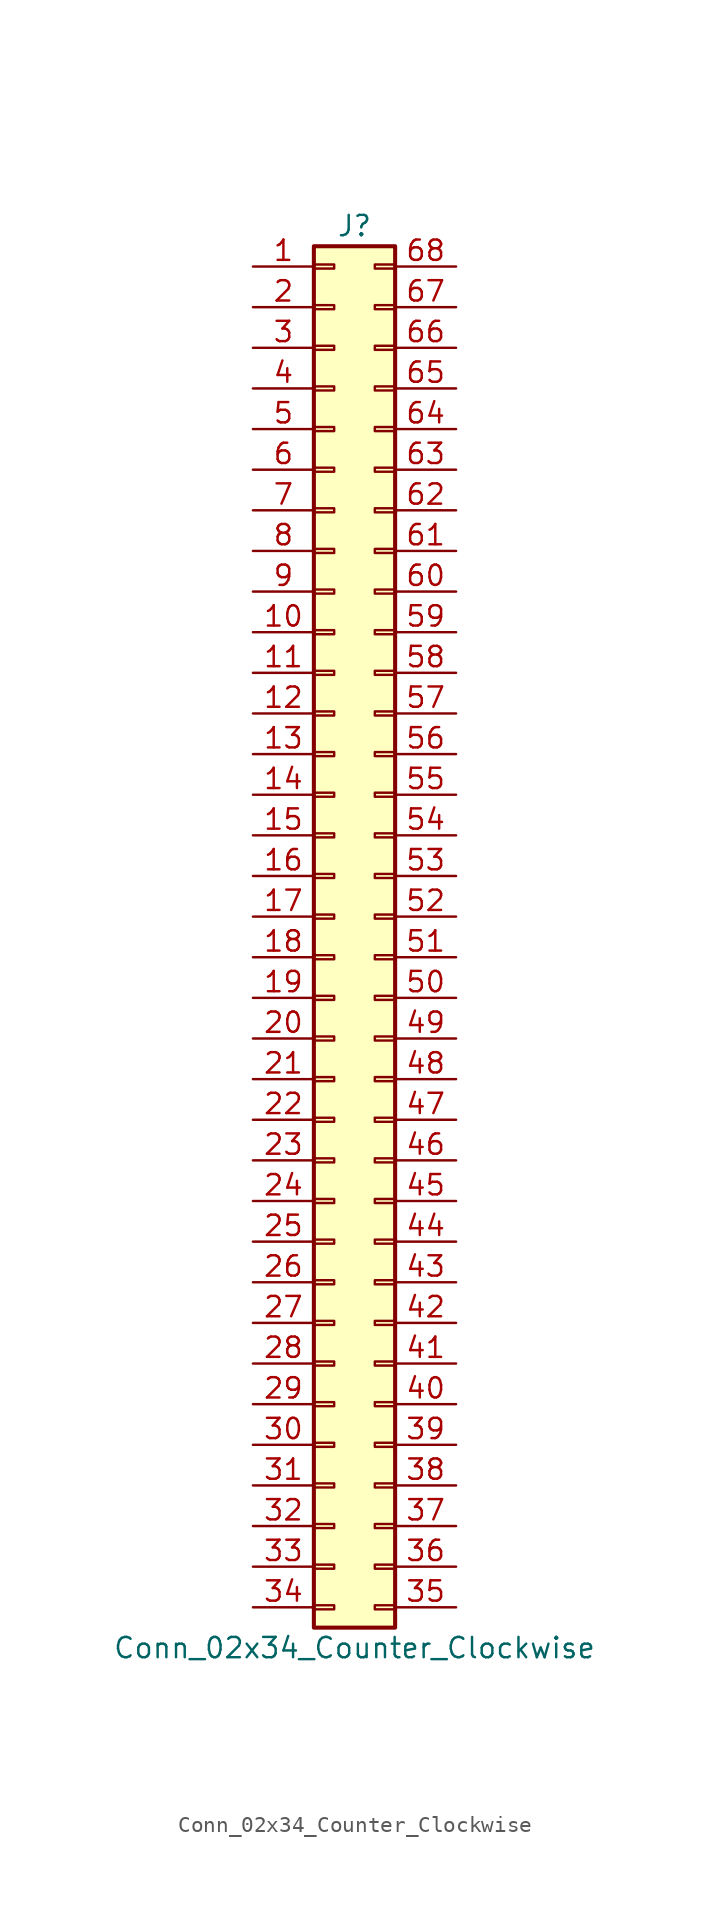
<source format=kicad_sym>
(kicad_symbol_lib
  (version 20220914)
  (generator kicad_symbol_editor)
  (symbol "Conn_02x34_Counter_Clockwise"
    (pin_names
      (offset 1.016) hide)
    (property "Reference" "J"
      (at 1.27 43.18 0)
      (effects (font (size 1.27 1.27))))
    (property "Value" "Conn_02x34_Counter_Clockwise"
      (at 1.27 -45.72 0)
      (effects (font (size 1.27 1.27))))
    (symbol "Conn_02x34_Counter_Clockwise_1_1"
      (rectangle (start -1.27 -43.053) (end 0 -43.307) (stroke (width 0.152) (type default)) (fill (type none)))
      (rectangle (start -1.27 -40.513) (end 0 -40.767) (stroke (width 0.152) (type default)) (fill (type none)))
      (rectangle (start -1.27 -37.973) (end 0 -38.227) (stroke (width 0.152) (type default)) (fill (type none)))
      (rectangle (start -1.27 -35.433) (end 0 -35.687) (stroke (width 0.152) (type default)) (fill (type none)))
      (rectangle (start -1.27 -32.893) (end 0 -33.147) (stroke (width 0.152) (type default)) (fill (type none)))
      (rectangle (start -1.27 -30.353) (end 0 -30.607) (stroke (width 0.152) (type default)) (fill (type none)))
      (rectangle (start -1.27 -27.813) (end 0 -28.067) (stroke (width 0.152) (type default)) (fill (type none)))
      (rectangle (start -1.27 -25.273) (end 0 -25.527) (stroke (width 0.152) (type default)) (fill (type none)))
      (rectangle (start -1.27 -22.733) (end 0 -22.987) (stroke (width 0.152) (type default)) (fill (type none)))
      (rectangle (start -1.27 -20.193) (end 0 -20.447) (stroke (width 0.152) (type default)) (fill (type none)))
      (rectangle (start -1.27 -17.653) (end 0 -17.907) (stroke (width 0.152) (type default)) (fill (type none)))
      (rectangle (start -1.27 -15.113) (end 0 -15.367) (stroke (width 0.152) (type default)) (fill (type none)))
      (rectangle (start -1.27 -12.573) (end 0 -12.827) (stroke (width 0.152) (type default)) (fill (type none)))
      (rectangle (start -1.27 -10.033) (end 0 -10.287) (stroke (width 0.152) (type default)) (fill (type none)))
      (rectangle (start -1.27 -7.493) (end 0 -7.747) (stroke (width 0.152) (type default)) (fill (type none)))
      (rectangle (start -1.27 -4.953) (end 0 -5.207) (stroke (width 0.152) (type default)) (fill (type none)))
      (rectangle (start -1.27 -2.413) (end 0 -2.667) (stroke (width 0.152) (type default)) (fill (type none)))
      (rectangle (start -1.27 0.127) (end 0 -0.127) (stroke (width 0.152) (type default)) (fill (type none)))
      (rectangle (start -1.27 2.667) (end 0 2.413) (stroke (width 0.152) (type default)) (fill (type none)))
      (rectangle (start -1.27 5.207) (end 0 4.953) (stroke (width 0.152) (type default)) (fill (type none)))
      (rectangle (start -1.27 7.747) (end 0 7.493) (stroke (width 0.152) (type default)) (fill (type none)))
      (rectangle (start -1.27 10.287) (end 0 10.033) (stroke (width 0.152) (type default)) (fill (type none)))
      (rectangle (start -1.27 12.827) (end 0 12.573) (stroke (width 0.152) (type default)) (fill (type none)))
      (rectangle (start -1.27 15.367) (end 0 15.113) (stroke (width 0.152) (type default)) (fill (type none)))
      (rectangle (start -1.27 17.907) (end 0 17.653) (stroke (width 0.152) (type default)) (fill (type none)))
      (rectangle (start -1.27 20.447) (end 0 20.193) (stroke (width 0.152) (type default)) (fill (type none)))
      (rectangle (start -1.27 22.987) (end 0 22.733) (stroke (width 0.152) (type default)) (fill (type none)))
      (rectangle (start -1.27 25.527) (end 0 25.273) (stroke (width 0.152) (type default)) (fill (type none)))
      (rectangle (start -1.27 28.067) (end 0 27.813) (stroke (width 0.152) (type default)) (fill (type none)))
      (rectangle (start -1.27 30.607) (end 0 30.353) (stroke (width 0.152) (type default)) (fill (type none)))
      (rectangle (start -1.27 33.147) (end 0 32.893) (stroke (width 0.152) (type default)) (fill (type none)))
      (rectangle (start -1.27 35.687) (end 0 35.433) (stroke (width 0.152) (type default)) (fill (type none)))
      (rectangle (start -1.27 38.227) (end 0 37.973) (stroke (width 0.152) (type default)) (fill (type none)))
      (rectangle (start -1.27 40.767) (end 0 40.513) (stroke (width 0.152) (type default)) (fill (type none)))
      (rectangle (start -1.27 41.91) (end 3.81 -44.45) (stroke (width 0.254) (type default)) (fill (type background)))
      (rectangle (start 3.81 -43.053) (end 2.54 -43.307) (stroke (width 0.152) (type default)) (fill (type none)))
      (rectangle (start 3.81 -40.513) (end 2.54 -40.767) (stroke (width 0.152) (type default)) (fill (type none)))
      (rectangle (start 3.81 -37.973) (end 2.54 -38.227) (stroke (width 0.152) (type default)) (fill (type none)))
      (rectangle (start 3.81 -35.433) (end 2.54 -35.687) (stroke (width 0.152) (type default)) (fill (type none)))
      (rectangle (start 3.81 -32.893) (end 2.54 -33.147) (stroke (width 0.152) (type default)) (fill (type none)))
      (rectangle (start 3.81 -30.353) (end 2.54 -30.607) (stroke (width 0.152) (type default)) (fill (type none)))
      (rectangle (start 3.81 -27.813) (end 2.54 -28.067) (stroke (width 0.152) (type default)) (fill (type none)))
      (rectangle (start 3.81 -25.273) (end 2.54 -25.527) (stroke (width 0.152) (type default)) (fill (type none)))
      (rectangle (start 3.81 -22.733) (end 2.54 -22.987) (stroke (width 0.152) (type default)) (fill (type none)))
      (rectangle (start 3.81 -20.193) (end 2.54 -20.447) (stroke (width 0.152) (type default)) (fill (type none)))
      (rectangle (start 3.81 -17.653) (end 2.54 -17.907) (stroke (width 0.152) (type default)) (fill (type none)))
      (rectangle (start 3.81 -15.113) (end 2.54 -15.367) (stroke (width 0.152) (type default)) (fill (type none)))
      (rectangle (start 3.81 -12.573) (end 2.54 -12.827) (stroke (width 0.152) (type default)) (fill (type none)))
      (rectangle (start 3.81 -10.033) (end 2.54 -10.287) (stroke (width 0.152) (type default)) (fill (type none)))
      (rectangle (start 3.81 -7.493) (end 2.54 -7.747) (stroke (width 0.152) (type default)) (fill (type none)))
      (rectangle (start 3.81 -4.953) (end 2.54 -5.207) (stroke (width 0.152) (type default)) (fill (type none)))
      (rectangle (start 3.81 -2.413) (end 2.54 -2.667) (stroke (width 0.152) (type default)) (fill (type none)))
      (rectangle (start 3.81 0.127) (end 2.54 -0.127) (stroke (width 0.152) (type default)) (fill (type none)))
      (rectangle (start 3.81 2.667) (end 2.54 2.413) (stroke (width 0.152) (type default)) (fill (type none)))
      (rectangle (start 3.81 5.207) (end 2.54 4.953) (stroke (width 0.152) (type default)) (fill (type none)))
      (rectangle (start 3.81 7.747) (end 2.54 7.493) (stroke (width 0.152) (type default)) (fill (type none)))
      (rectangle (start 3.81 10.287) (end 2.54 10.033) (stroke (width 0.152) (type default)) (fill (type none)))
      (rectangle (start 3.81 12.827) (end 2.54 12.573) (stroke (width 0.152) (type default)) (fill (type none)))
      (rectangle (start 3.81 15.367) (end 2.54 15.113) (stroke (width 0.152) (type default)) (fill (type none)))
      (rectangle (start 3.81 17.907) (end 2.54 17.653) (stroke (width 0.152) (type default)) (fill (type none)))
      (rectangle (start 3.81 20.447) (end 2.54 20.193) (stroke (width 0.152) (type default)) (fill (type none)))
      (rectangle (start 3.81 22.987) (end 2.54 22.733) (stroke (width 0.152) (type default)) (fill (type none)))
      (rectangle (start 3.81 25.527) (end 2.54 25.273) (stroke (width 0.152) (type default)) (fill (type none)))
      (rectangle (start 3.81 28.067) (end 2.54 27.813) (stroke (width 0.152) (type default)) (fill (type none)))
      (rectangle (start 3.81 30.607) (end 2.54 30.353) (stroke (width 0.152) (type default)) (fill (type none)))
      (rectangle (start 3.81 33.147) (end 2.54 32.893) (stroke (width 0.152) (type default)) (fill (type none)))
      (rectangle (start 3.81 35.687) (end 2.54 35.433) (stroke (width 0.152) (type default)) (fill (type none)))
      (rectangle (start 3.81 38.227) (end 2.54 37.973) (stroke (width 0.152) (type default)) (fill (type none)))
      (rectangle (start 3.81 40.767) (end 2.54 40.513) (stroke (width 0.152) (type default)) (fill (type none)))
      (pin passive line (at -5.08 40.64 0) (length 3.81) (name "Pin_1" (effects (font (size 1.27 1.27)))) (number "1" (effects (font (size 1.27 1.27)))))
      (pin passive line (at -5.08 17.78 0) (length 3.81) (name "Pin_10" (effects (font (size 1.27 1.27)))) (number "10" (effects (font (size 1.27 1.27)))))
      (pin passive line (at -5.08 15.24 0) (length 3.81) (name "Pin_11" (effects (font (size 1.27 1.27)))) (number "11" (effects (font (size 1.27 1.27)))))
      (pin passive line (at -5.08 12.7 0) (length 3.81) (name "Pin_12" (effects (font (size 1.27 1.27)))) (number "12" (effects (font (size 1.27 1.27)))))
      (pin passive line (at -5.08 10.16 0) (length 3.81) (name "Pin_13" (effects (font (size 1.27 1.27)))) (number "13" (effects (font (size 1.27 1.27)))))
      (pin passive line (at -5.08 7.62 0) (length 3.81) (name "Pin_14" (effects (font (size 1.27 1.27)))) (number "14" (effects (font (size 1.27 1.27)))))
      (pin passive line (at -5.08 5.08 0) (length 3.81) (name "Pin_15" (effects (font (size 1.27 1.27)))) (number "15" (effects (font (size 1.27 1.27)))))
      (pin passive line (at -5.08 2.54 0) (length 3.81) (name "Pin_16" (effects (font (size 1.27 1.27)))) (number "16" (effects (font (size 1.27 1.27)))))
      (pin passive line (at -5.08 0 0) (length 3.81) (name "Pin_17" (effects (font (size 1.27 1.27)))) (number "17" (effects (font (size 1.27 1.27)))))
      (pin passive line (at -5.08 -2.54 0) (length 3.81) (name "Pin_18" (effects (font (size 1.27 1.27)))) (number "18" (effects (font (size 1.27 1.27)))))
      (pin passive line (at -5.08 -5.08 0) (length 3.81) (name "Pin_19" (effects (font (size 1.27 1.27)))) (number "19" (effects (font (size 1.27 1.27)))))
      (pin passive line (at -5.08 38.1 0) (length 3.81) (name "Pin_2" (effects (font (size 1.27 1.27)))) (number "2" (effects (font (size 1.27 1.27)))))
      (pin passive line (at -5.08 -7.62 0) (length 3.81) (name "Pin_20" (effects (font (size 1.27 1.27)))) (number "20" (effects (font (size 1.27 1.27)))))
      (pin passive line (at -5.08 -10.16 0) (length 3.81) (name "Pin_21" (effects (font (size 1.27 1.27)))) (number "21" (effects (font (size 1.27 1.27)))))
      (pin passive line (at -5.08 -12.7 0) (length 3.81) (name "Pin_22" (effects (font (size 1.27 1.27)))) (number "22" (effects (font (size 1.27 1.27)))))
      (pin passive line (at -5.08 -15.24 0) (length 3.81) (name "Pin_23" (effects (font (size 1.27 1.27)))) (number "23" (effects (font (size 1.27 1.27)))))
      (pin passive line (at -5.08 -17.78 0) (length 3.81) (name "Pin_24" (effects (font (size 1.27 1.27)))) (number "24" (effects (font (size 1.27 1.27)))))
      (pin passive line (at -5.08 -20.32 0) (length 3.81) (name "Pin_25" (effects (font (size 1.27 1.27)))) (number "25" (effects (font (size 1.27 1.27)))))
      (pin passive line (at -5.08 -22.86 0) (length 3.81) (name "Pin_26" (effects (font (size 1.27 1.27)))) (number "26" (effects (font (size 1.27 1.27)))))
      (pin passive line (at -5.08 -25.4 0) (length 3.81) (name "Pin_27" (effects (font (size 1.27 1.27)))) (number "27" (effects (font (size 1.27 1.27)))))
      (pin passive line (at -5.08 -27.94 0) (length 3.81) (name "Pin_28" (effects (font (size 1.27 1.27)))) (number "28" (effects (font (size 1.27 1.27)))))
      (pin passive line (at -5.08 -30.48 0) (length 3.81) (name "Pin_29" (effects (font (size 1.27 1.27)))) (number "29" (effects (font (size 1.27 1.27)))))
      (pin passive line (at -5.08 35.56 0) (length 3.81) (name "Pin_3" (effects (font (size 1.27 1.27)))) (number "3" (effects (font (size 1.27 1.27)))))
      (pin passive line (at -5.08 -33.02 0) (length 3.81) (name "Pin_30" (effects (font (size 1.27 1.27)))) (number "30" (effects (font (size 1.27 1.27)))))
      (pin passive line (at -5.08 -35.56 0) (length 3.81) (name "Pin_31" (effects (font (size 1.27 1.27)))) (number "31" (effects (font (size 1.27 1.27)))))
      (pin passive line (at -5.08 -38.1 0) (length 3.81) (name "Pin_32" (effects (font (size 1.27 1.27)))) (number "32" (effects (font (size 1.27 1.27)))))
      (pin passive line (at -5.08 -40.64 0) (length 3.81) (name "Pin_33" (effects (font (size 1.27 1.27)))) (number "33" (effects (font (size 1.27 1.27)))))
      (pin passive line (at -5.08 -43.18 0) (length 3.81) (name "Pin_34" (effects (font (size 1.27 1.27)))) (number "34" (effects (font (size 1.27 1.27)))))
      (pin passive line (at 7.62 -43.18 180) (length 3.81) (name "Pin_35" (effects (font (size 1.27 1.27)))) (number "35" (effects (font (size 1.27 1.27)))))
      (pin passive line (at 7.62 -40.64 180) (length 3.81) (name "Pin_36" (effects (font (size 1.27 1.27)))) (number "36" (effects (font (size 1.27 1.27)))))
      (pin passive line (at 7.62 -38.1 180) (length 3.81) (name "Pin_37" (effects (font (size 1.27 1.27)))) (number "37" (effects (font (size 1.27 1.27)))))
      (pin passive line (at 7.62 -35.56 180) (length 3.81) (name "Pin_38" (effects (font (size 1.27 1.27)))) (number "38" (effects (font (size 1.27 1.27)))))
      (pin passive line (at 7.62 -33.02 180) (length 3.81) (name "Pin_39" (effects (font (size 1.27 1.27)))) (number "39" (effects (font (size 1.27 1.27)))))
      (pin passive line (at -5.08 33.02 0) (length 3.81) (name "Pin_4" (effects (font (size 1.27 1.27)))) (number "4" (effects (font (size 1.27 1.27)))))
      (pin passive line (at 7.62 -30.48 180) (length 3.81) (name "Pin_40" (effects (font (size 1.27 1.27)))) (number "40" (effects (font (size 1.27 1.27)))))
      (pin passive line (at 7.62 -27.94 180) (length 3.81) (name "Pin_41" (effects (font (size 1.27 1.27)))) (number "41" (effects (font (size 1.27 1.27)))))
      (pin passive line (at 7.62 -25.4 180) (length 3.81) (name "Pin_42" (effects (font (size 1.27 1.27)))) (number "42" (effects (font (size 1.27 1.27)))))
      (pin passive line (at 7.62 -22.86 180) (length 3.81) (name "Pin_43" (effects (font (size 1.27 1.27)))) (number "43" (effects (font (size 1.27 1.27)))))
      (pin passive line (at 7.62 -20.32 180) (length 3.81) (name "Pin_44" (effects (font (size 1.27 1.27)))) (number "44" (effects (font (size 1.27 1.27)))))
      (pin passive line (at 7.62 -17.78 180) (length 3.81) (name "Pin_45" (effects (font (size 1.27 1.27)))) (number "45" (effects (font (size 1.27 1.27)))))
      (pin passive line (at 7.62 -15.24 180) (length 3.81) (name "Pin_46" (effects (font (size 1.27 1.27)))) (number "46" (effects (font (size 1.27 1.27)))))
      (pin passive line (at 7.62 -12.7 180) (length 3.81) (name "Pin_47" (effects (font (size 1.27 1.27)))) (number "47" (effects (font (size 1.27 1.27)))))
      (pin passive line (at 7.62 -10.16 180) (length 3.81) (name "Pin_48" (effects (font (size 1.27 1.27)))) (number "48" (effects (font (size 1.27 1.27)))))
      (pin passive line (at 7.62 -7.62 180) (length 3.81) (name "Pin_49" (effects (font (size 1.27 1.27)))) (number "49" (effects (font (size 1.27 1.27)))))
      (pin passive line (at -5.08 30.48 0) (length 3.81) (name "Pin_5" (effects (font (size 1.27 1.27)))) (number "5" (effects (font (size 1.27 1.27)))))
      (pin passive line (at 7.62 -5.08 180) (length 3.81) (name "Pin_50" (effects (font (size 1.27 1.27)))) (number "50" (effects (font (size 1.27 1.27)))))
      (pin passive line (at 7.62 -2.54 180) (length 3.81) (name "Pin_51" (effects (font (size 1.27 1.27)))) (number "51" (effects (font (size 1.27 1.27)))))
      (pin passive line (at 7.62 0 180) (length 3.81) (name "Pin_52" (effects (font (size 1.27 1.27)))) (number "52" (effects (font (size 1.27 1.27)))))
      (pin passive line (at 7.62 2.54 180) (length 3.81) (name "Pin_53" (effects (font (size 1.27 1.27)))) (number "53" (effects (font (size 1.27 1.27)))))
      (pin passive line (at 7.62 5.08 180) (length 3.81) (name "Pin_54" (effects (font (size 1.27 1.27)))) (number "54" (effects (font (size 1.27 1.27)))))
      (pin passive line (at 7.62 7.62 180) (length 3.81) (name "Pin_55" (effects (font (size 1.27 1.27)))) (number "55" (effects (font (size 1.27 1.27)))))
      (pin passive line (at 7.62 10.16 180) (length 3.81) (name "Pin_56" (effects (font (size 1.27 1.27)))) (number "56" (effects (font (size 1.27 1.27)))))
      (pin passive line (at 7.62 12.7 180) (length 3.81) (name "Pin_57" (effects (font (size 1.27 1.27)))) (number "57" (effects (font (size 1.27 1.27)))))
      (pin passive line (at 7.62 15.24 180) (length 3.81) (name "Pin_58" (effects (font (size 1.27 1.27)))) (number "58" (effects (font (size 1.27 1.27)))))
      (pin passive line (at 7.62 17.78 180) (length 3.81) (name "Pin_59" (effects (font (size 1.27 1.27)))) (number "59" (effects (font (size 1.27 1.27)))))
      (pin passive line (at -5.08 27.94 0) (length 3.81) (name "Pin_6" (effects (font (size 1.27 1.27)))) (number "6" (effects (font (size 1.27 1.27)))))
      (pin passive line (at 7.62 20.32 180) (length 3.81) (name "Pin_60" (effects (font (size 1.27 1.27)))) (number "60" (effects (font (size 1.27 1.27)))))
      (pin passive line (at 7.62 22.86 180) (length 3.81) (name "Pin_61" (effects (font (size 1.27 1.27)))) (number "61" (effects (font (size 1.27 1.27)))))
      (pin passive line (at 7.62 25.4 180) (length 3.81) (name "Pin_62" (effects (font (size 1.27 1.27)))) (number "62" (effects (font (size 1.27 1.27)))))
      (pin passive line (at 7.62 27.94 180) (length 3.81) (name "Pin_63" (effects (font (size 1.27 1.27)))) (number "63" (effects (font (size 1.27 1.27)))))
      (pin passive line (at 7.62 30.48 180) (length 3.81) (name "Pin_64" (effects (font (size 1.27 1.27)))) (number "64" (effects (font (size 1.27 1.27)))))
      (pin passive line (at 7.62 33.02 180) (length 3.81) (name "Pin_65" (effects (font (size 1.27 1.27)))) (number "65" (effects (font (size 1.27 1.27)))))
      (pin passive line (at 7.62 35.56 180) (length 3.81) (name "Pin_66" (effects (font (size 1.27 1.27)))) (number "66" (effects (font (size 1.27 1.27)))))
      (pin passive line (at 7.62 38.1 180) (length 3.81) (name "Pin_67" (effects (font (size 1.27 1.27)))) (number "67" (effects (font (size 1.27 1.27)))))
      (pin passive line (at 7.62 40.64 180) (length 3.81) (name "Pin_68" (effects (font (size 1.27 1.27)))) (number "68" (effects (font (size 1.27 1.27)))))
      (pin passive line (at -5.08 25.4 0) (length 3.81) (name "Pin_7" (effects (font (size 1.27 1.27)))) (number "7" (effects (font (size 1.27 1.27)))))
      (pin passive line (at -5.08 22.86 0) (length 3.81) (name "Pin_8" (effects (font (size 1.27 1.27)))) (number "8" (effects (font (size 1.27 1.27)))))
      (pin passive line (at -5.08 20.32 0) (length 3.81) (name "Pin_9" (effects (font (size 1.27 1.27)))) (number "9" (effects (font (size 1.27 1.27))))))))
</source>
